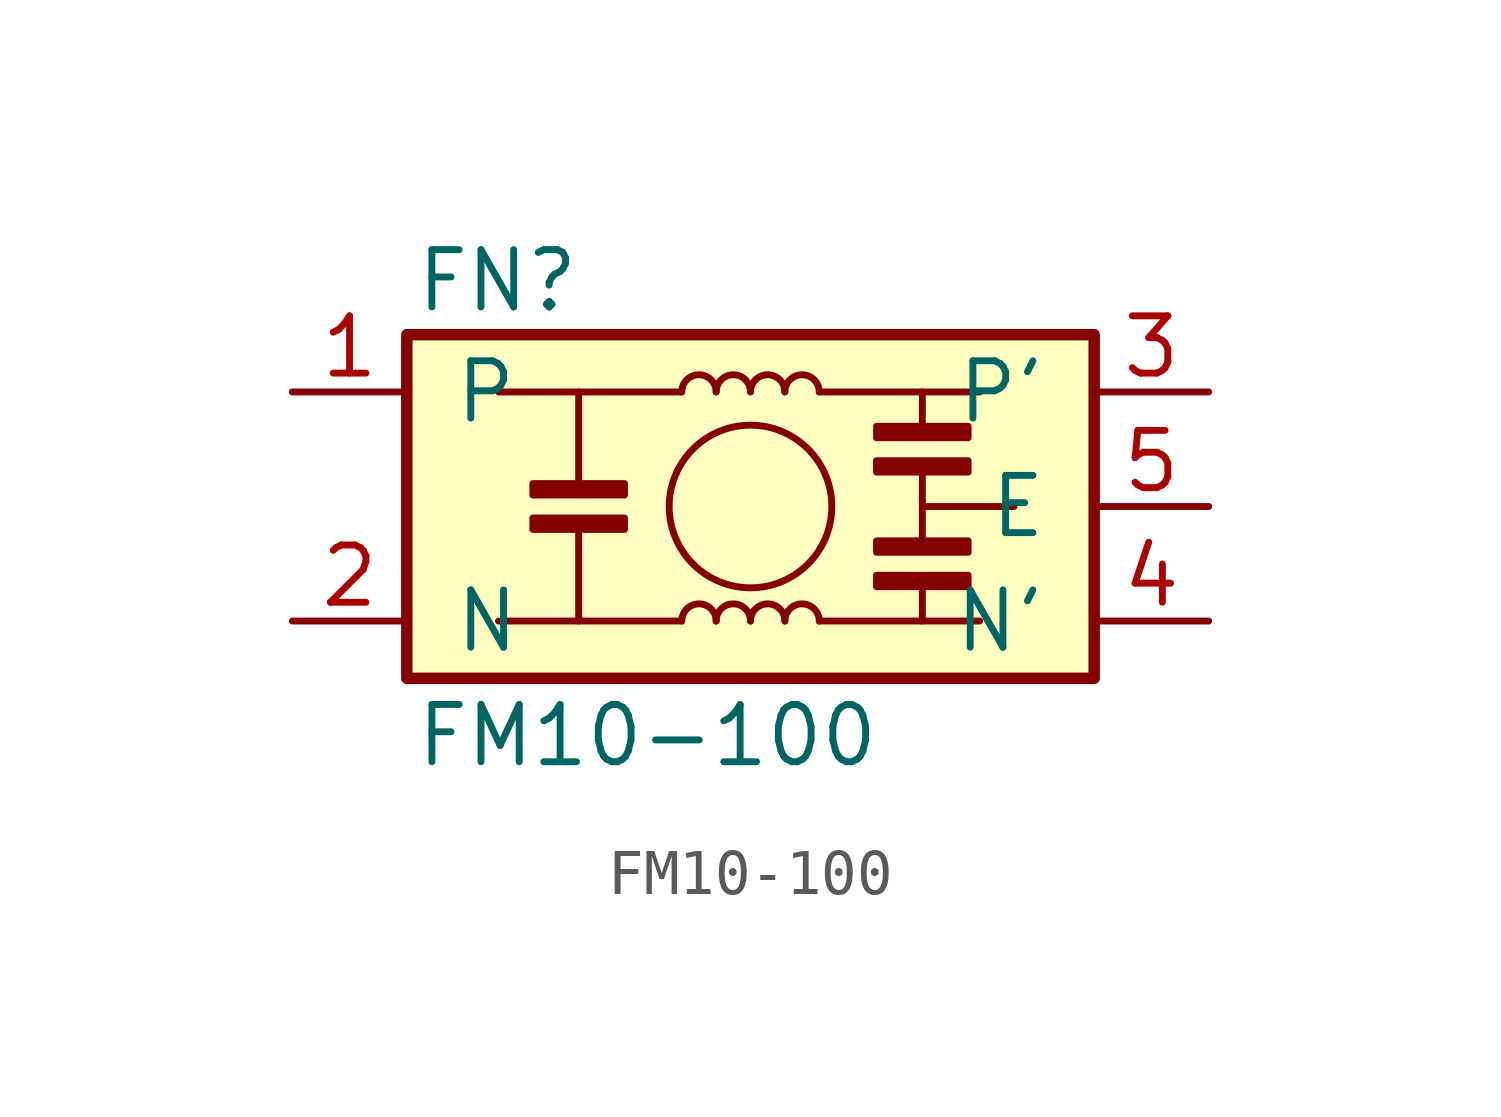
<source format=kicad_sym>
(kicad_symbol_lib
  (version 20211014)
  (generator kicad_symbol_editor)
  (symbol "FM10-100"
    (pin_names
      (offset 1.016))
    (property "Reference" "FN"
      (at -5.613 5.004 0)
      (effects (font (size 1.27 1.27))))
    (property "Value" "FM10-100"
      (at -2.286 -5.08 0)
      (effects (font (size 1.27 1.27))))
    (symbol "FM10-100_1_1"
      (rectangle (start -7.62 3.81) (end 7.62 -3.81) (stroke (width 0.254) (type default) (color 0 0 0 0)) (fill (type background)))
      (rectangle (start -4.826 -0.254) (end -2.794 -0.508) (stroke (width 0) (type default) (color 0 0 0 0)) (fill (type outline)))
      (rectangle (start -4.826 0.254) (end -2.794 0.508) (stroke (width 0) (type default) (color 0 0 0 0)) (fill (type outline)))
      (arc (start -0.762 -2.54) (mid -1.143 -2.159) (end -1.524 -2.54) (stroke (width 0) (type default) (color 0 0 0 0)) (fill (type none)))
      (arc (start -0.762 2.54) (mid -1.143 2.921) (end -1.524 2.54) (stroke (width 0) (type default) (color 0 0 0 0)) (fill (type none)))
      (arc (start 0 -2.54) (mid -0.381 -2.159) (end -0.762 -2.54) (stroke (width 0) (type default) (color 0 0 0 0)) (fill (type none)))
      (polyline (pts (xy -3.81 -0.508) (xy -3.81 -2.54)) (stroke (width 0) (type default) (color 0 0 0 0)) (fill (type none)))
      (polyline (pts (xy -3.81 0.508) (xy -3.81 2.54)) (stroke (width 0) (type default) (color 0 0 0 0)) (fill (type none)))
      (polyline (pts (xy -1.524 -2.54) (xy -5.588 -2.54)) (stroke (width 0) (type default) (color 0 0 0 0)) (fill (type none)))
      (polyline (pts (xy -1.524 2.54) (xy -5.588 2.54)) (stroke (width 0) (type default) (color 0 0 0 0)) (fill (type none)))
      (polyline (pts (xy 1.524 -2.54) (xy 5.08 -2.54)) (stroke (width 0) (type default) (color 0 0 0 0)) (fill (type none)))
      (polyline (pts (xy 3.81 -1.778) (xy 3.81 -2.54)) (stroke (width 0) (type default) (color 0 0 0 0)) (fill (type none)))
      (polyline (pts (xy 3.81 0) (xy 5.842 0)) (stroke (width 0) (type default) (color 0 0 0 0)) (fill (type none)))
      (polyline (pts (xy 3.81 0.762) (xy 3.81 -0.762)) (stroke (width 0) (type default) (color 0 0 0 0)) (fill (type none)))
      (polyline (pts (xy 3.81 1.778) (xy 3.81 2.54)) (stroke (width 0) (type default) (color 0 0 0 0)) (fill (type none)))
      (polyline (pts (xy 5.08 2.54) (xy 1.524 2.54)) (stroke (width 0) (type default) (color 0 0 0 0)) (fill (type none)))
      (circle (center 0 0) (radius 1.803) (stroke (width 0) (type default) (color 0 0 0 0)) (fill (type none)))
      (arc (start 0 2.54) (mid -0.381 2.921) (end -0.762 2.54) (stroke (width 0) (type default) (color 0 0 0 0)) (fill (type none)))
      (arc (start 0.762 -2.54) (mid 0.381 -2.159) (end 0 -2.54) (stroke (width 0) (type default) (color 0 0 0 0)) (fill (type none)))
      (arc (start 0.762 2.54) (mid 0.381 2.921) (end 0 2.54) (stroke (width 0) (type default) (color 0 0 0 0)) (fill (type none)))
      (arc (start 1.524 -2.54) (mid 1.143 -2.159) (end 0.762 -2.54) (stroke (width 0) (type default) (color 0 0 0 0)) (fill (type none)))
      (arc (start 1.524 2.54) (mid 1.143 2.921) (end 0.762 2.54) (stroke (width 0) (type default) (color 0 0 0 0)) (fill (type none)))
      (rectangle (start 2.794 -1.524) (end 4.826 -1.778) (stroke (width 0) (type default) (color 0 0 0 0)) (fill (type outline)))
      (rectangle (start 2.794 -1.016) (end 4.826 -0.762) (stroke (width 0) (type default) (color 0 0 0 0)) (fill (type outline)))
      (rectangle (start 2.794 1.016) (end 4.826 0.762) (stroke (width 0) (type default) (color 0 0 0 0)) (fill (type outline)))
      (rectangle (start 2.794 1.524) (end 4.826 1.778) (stroke (width 0) (type default) (color 0 0 0 0)) (fill (type outline)))
      (pin passive line (at -10.16 2.54 0) (length 2.54) (name "P" (effects (font (size 1.27 1.27)))) (number "1" (effects (font (size 1.27 1.27)))))
      (pin passive line (at -10.16 -2.54 0) (length 2.54) (name "N" (effects (font (size 1.27 1.27)))) (number "2" (effects (font (size 1.27 1.27)))))
      (pin passive line (at 10.16 2.54 180) (length 2.54) (name "P'" (effects (font (size 1.27 1.27)))) (number "3" (effects (font (size 1.27 1.27)))))
      (pin passive line (at 10.16 -2.54 180) (length 2.54) (name "N'" (effects (font (size 1.27 1.27)))) (number "4" (effects (font (size 1.27 1.27)))))
      (pin passive line (at 10.16 0 180) (length 2.54) (name "E" (effects (font (size 1.27 1.27)))) (number "5" (effects (font (size 1.27 1.27))))))))
</source>
